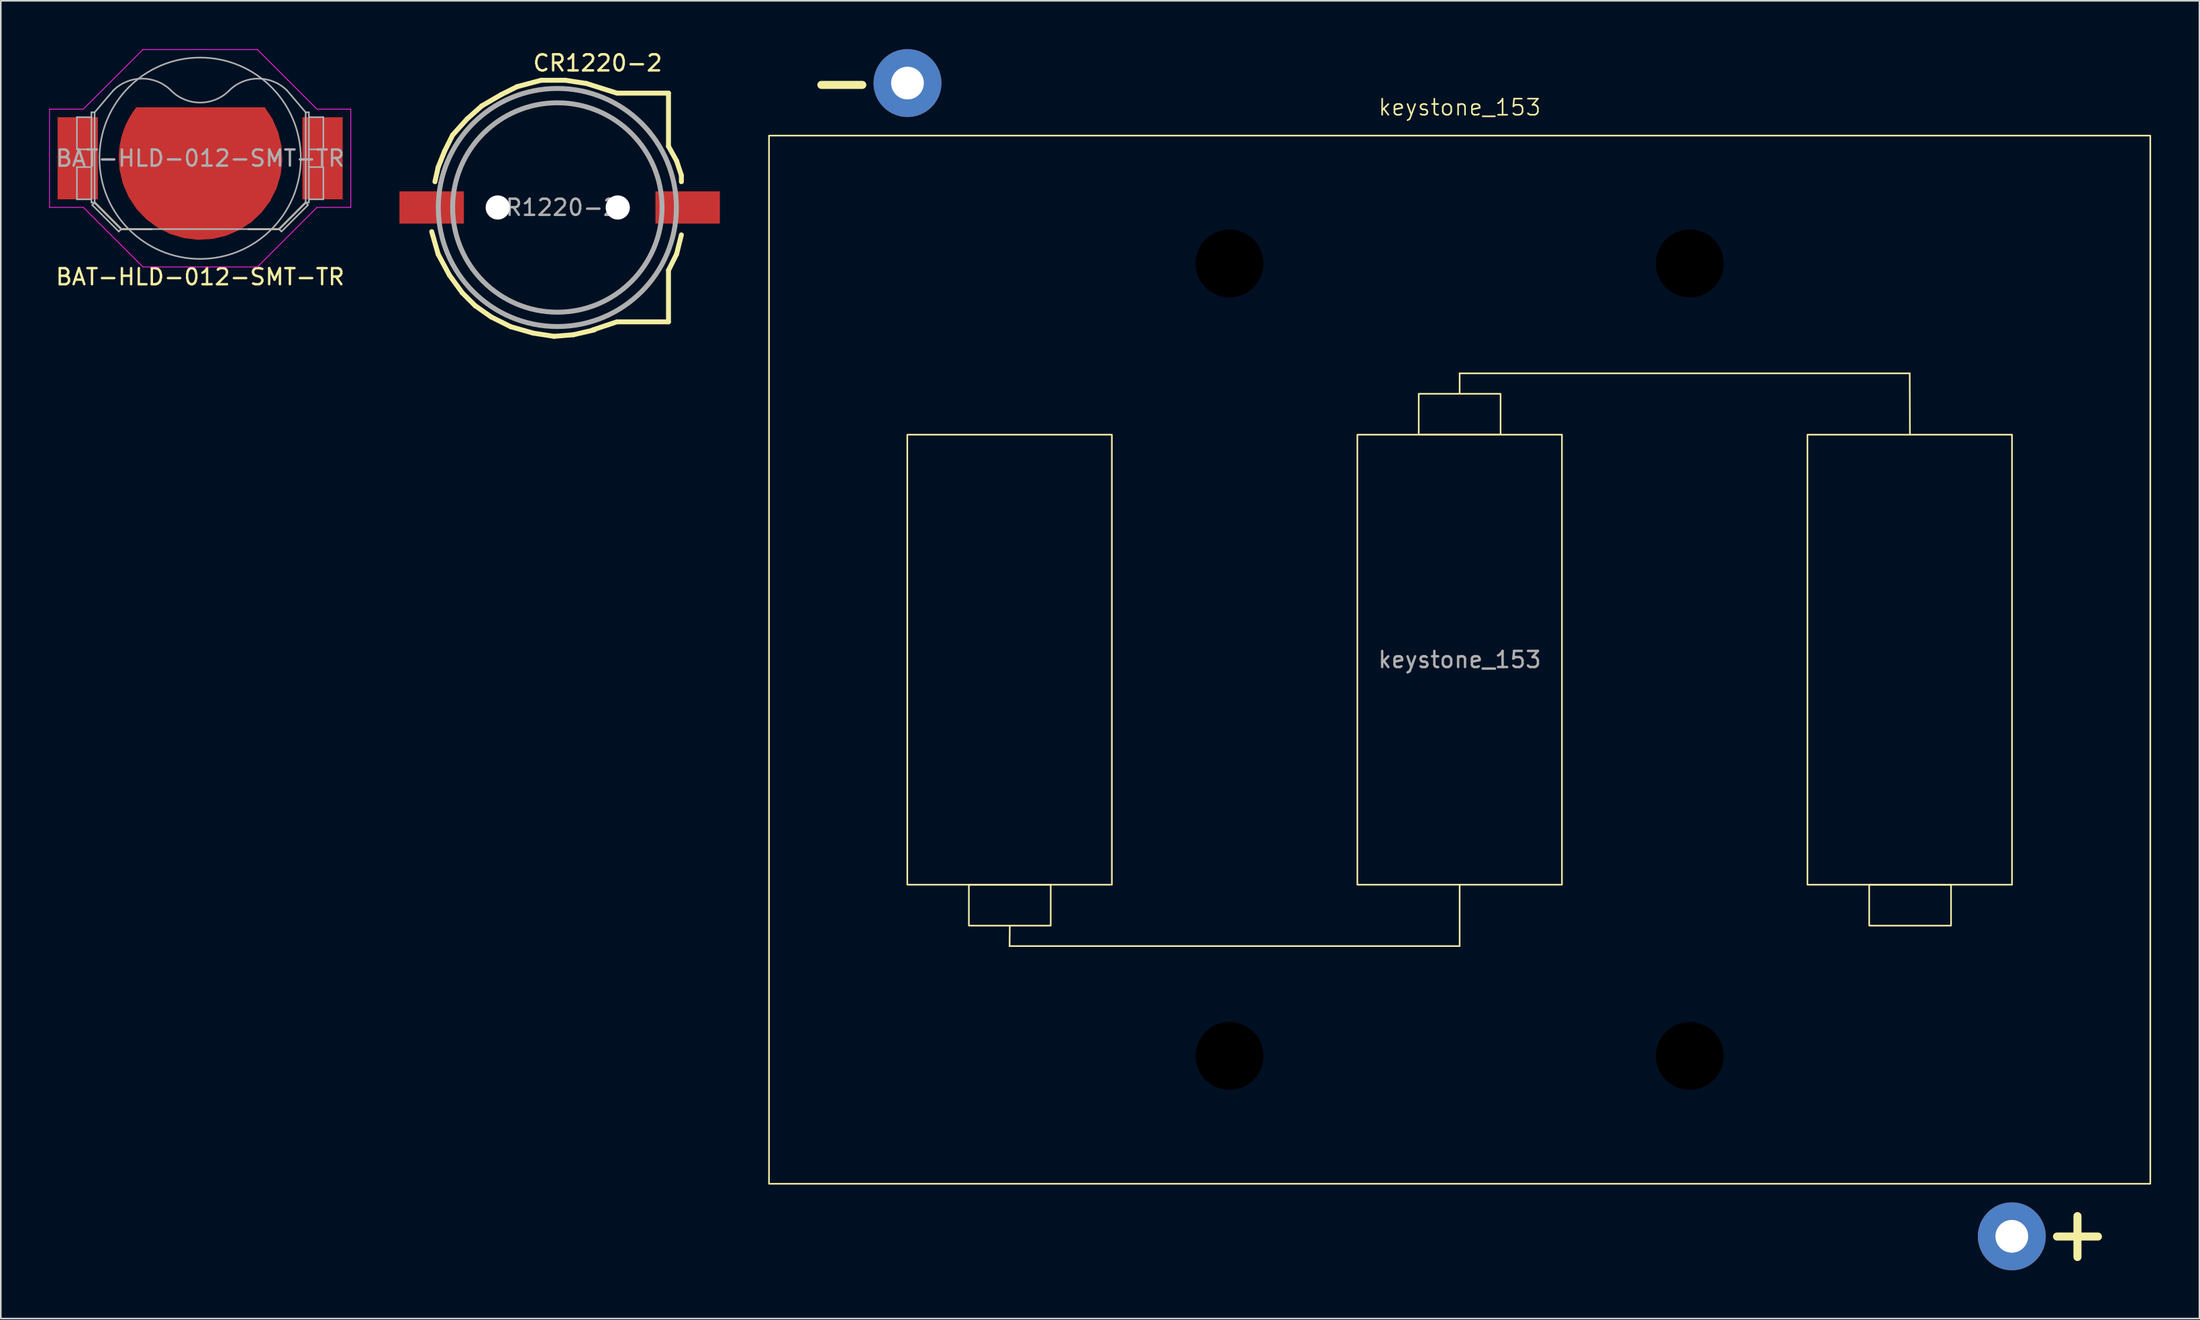
<source format=kicad_pcb>
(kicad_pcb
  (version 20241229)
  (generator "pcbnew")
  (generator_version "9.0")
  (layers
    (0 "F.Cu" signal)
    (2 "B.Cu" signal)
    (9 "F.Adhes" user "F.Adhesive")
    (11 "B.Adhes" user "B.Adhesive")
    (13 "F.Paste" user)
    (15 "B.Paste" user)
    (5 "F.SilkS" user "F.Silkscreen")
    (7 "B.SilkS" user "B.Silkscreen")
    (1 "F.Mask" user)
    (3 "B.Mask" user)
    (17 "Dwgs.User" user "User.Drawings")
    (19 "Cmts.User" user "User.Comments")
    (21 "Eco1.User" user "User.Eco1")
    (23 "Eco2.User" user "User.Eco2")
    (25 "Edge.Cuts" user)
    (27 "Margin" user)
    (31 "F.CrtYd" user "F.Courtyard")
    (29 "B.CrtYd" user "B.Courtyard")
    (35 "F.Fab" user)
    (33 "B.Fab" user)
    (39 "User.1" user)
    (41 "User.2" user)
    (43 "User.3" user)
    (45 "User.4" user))
  (footprint "BAT-HLD-012-SMT-TR"
    (layer "F.Cu")
    (at 9.375 6.775)
    (property "Reference" "BAT-HLD-012-SMT-TR" (at 0 7.366 180) (layer "F.SilkS") (effects (font (size 1 1) (thickness 0.15))))
    (attr smd)
    (fp_line (start -4.9 4.4) (end -6.55 2.75) (stroke (width 0.12) (type solid)) (layer "F.SilkS"))
    (fp_line (start -4.9 4.4) (end -3 4.4) (stroke (width 0.12) (type solid)) (layer "F.SilkS"))
    (fp_line (start 4.9 4.4) (end 3 4.4) (stroke (width 0.12) (type solid)) (layer "F.SilkS"))
    (fp_line (start 6.55 2.75) (end 4.9 4.4) (stroke (width 0.12) (type solid)) (layer "F.SilkS"))
    (fp_line (start -9.35 -3.05) (end -7.25 -3.05) (stroke (width 0.05) (type solid)) (layer "F.CrtYd"))
    (fp_line (start -9.35 3.05) (end -9.35 -3.05) (stroke (width 0.05) (type solid)) (layer "F.CrtYd"))
    (fp_line (start -7.25 3.05) (end -9.35 3.05) (stroke (width 0.05) (type solid)) (layer "F.CrtYd"))
    (fp_line (start -3.55 -6.75) (end -7.25 -3.05) (stroke (width 0.05) (type solid)) (layer "F.CrtYd"))
    (fp_line (start -3.55 6.75) (end -7.25 3.05) (stroke (width 0.05) (type solid)) (layer "F.CrtYd"))
    (fp_line (start 3.55 -6.75) (end -3.55 -6.75) (stroke (width 0.05) (type solid)) (layer "F.CrtYd"))
    (fp_line (start 3.55 -6.75) (end 7.25 -3.05) (stroke (width 0.05) (type solid)) (layer "F.CrtYd"))
    (fp_line (start 3.55 6.75) (end -3.55 6.75) (stroke (width 0.05) (type solid)) (layer "F.CrtYd"))
    (fp_line (start 7.25 3.05) (end 3.55 6.75) (stroke (width 0.05) (type solid)) (layer "F.CrtYd"))
    (fp_line (start 9.35 -3.05) (end 7.25 -3.05) (stroke (width 0.05) (type solid)) (layer "F.CrtYd"))
    (fp_line (start 9.35 -3.05) (end 9.35 3.05) (stroke (width 0.05) (type solid)) (layer "F.CrtYd"))
    (fp_line (start 9.35 3.05) (end 7.25 3.05) (stroke (width 0.05) (type solid)) (layer "F.CrtYd"))
    (fp_line (start -7.65 -2.55) (end -7.65 -0.55) (stroke (width 0.1) (type solid)) (layer "F.Fab"))
    (fp_line (start -7.65 -0.55) (end -6.75 -0.55) (stroke (width 0.1) (type solid)) (layer "F.Fab"))
    (fp_line (start -7.65 0.55) (end -7.65 2.55) (stroke (width 0.1) (type solid)) (layer "F.Fab"))
    (fp_line (start -7.65 2.55) (end -6.75 2.55) (stroke (width 0.1) (type solid)) (layer "F.Fab"))
    (fp_line (start -6.75 -2.85) (end -6.75 2.75) (stroke (width 0.1) (type solid)) (layer "F.Fab"))
    (fp_line (start -6.75 -2.85) (end -6.55 -2.85) (stroke (width 0.1) (type solid)) (layer "F.Fab"))
    (fp_line (start -6.75 -2.55) (end -7.65 -2.55) (stroke (width 0.1) (type solid)) (layer "F.Fab"))
    (fp_line (start -6.75 0.55) (end -7.65 0.55) (stroke (width 0.1) (type solid)) (layer "F.Fab"))
    (fp_line (start -6.7 2.9) (end -5.05 4.55) (stroke (width 0.1) (type solid)) (layer "F.Fab"))
    (fp_line (start -6.55 -2.85) (end -6.55 2.75) (stroke (width 0.1) (type solid)) (layer "F.Fab"))
    (fp_line (start -6.55 -2.85) (end -5.4 -4.2) (stroke (width 0.1) (type solid)) (layer "F.Fab"))
    (fp_line (start -6.55 2.75) (end -6.75 2.75) (stroke (width 0.1) (type solid)) (layer "F.Fab"))
    (fp_line (start -6.55 2.75) (end -6.7 2.9) (stroke (width 0.1) (type solid)) (layer "F.Fab"))
    (fp_line (start -6.55 2.75) (end -4.9 4.4) (stroke (width 0.1) (type solid)) (layer "F.Fab"))
    (fp_line (start -5.05 4.55) (end -4.9 4.4) (stroke (width 0.1) (type solid)) (layer "F.Fab"))
    (fp_line (start -4.9 4.4) (end 4.9 4.4) (stroke (width 0.1) (type solid)) (layer "F.Fab"))
    (fp_line (start 5.05 4.55) (end 4.9 4.4) (stroke (width 0.1) (type solid)) (layer "F.Fab"))
    (fp_line (start 6.55 -2.85) (end 5.4 -4.2) (stroke (width 0.1) (type solid)) (layer "F.Fab"))
    (fp_line (start 6.55 -2.85) (end 6.55 2.75) (stroke (width 0.1) (type solid)) (layer "F.Fab"))
    (fp_line (start 6.55 2.75) (end 4.9 4.4) (stroke (width 0.1) (type solid)) (layer "F.Fab"))
    (fp_line (start 6.55 2.75) (end 6.7 2.9) (stroke (width 0.1) (type solid)) (layer "F.Fab"))
    (fp_line (start 6.7 2.9) (end 5.05 4.55) (stroke (width 0.1) (type solid)) (layer "F.Fab"))
    (fp_line (start 6.75 -2.85) (end 6.55 -2.85) (stroke (width 0.1) (type solid)) (layer "F.Fab"))
    (fp_line (start 6.75 -2.85) (end 6.75 2.75) (stroke (width 0.1) (type solid)) (layer "F.Fab"))
    (fp_line (start 6.75 -0.55) (end 7.65 -0.55) (stroke (width 0.1) (type solid)) (layer "F.Fab"))
    (fp_line (start 6.75 2.75) (end 6.55 2.75) (stroke (width 0.1) (type solid)) (layer "F.Fab"))
    (fp_line (start 7.65 -2.55) (end 6.75 -2.55) (stroke (width 0.1) (type solid)) (layer "F.Fab"))
    (fp_line (start 7.65 -0.55) (end 7.65 -2.55) (stroke (width 0.1) (type solid)) (layer "F.Fab"))
    (fp_line (start 7.65 0.55) (end 6.75 0.55) (stroke (width 0.1) (type solid)) (layer "F.Fab"))
    (fp_line (start 7.65 2.55) (end 6.75 2.55) (stroke (width 0.1) (type solid)) (layer "F.Fab"))
    (fp_line (start 7.65 2.55) (end 7.65 0.55) (stroke (width 0.1) (type solid)) (layer "F.Fab"))
    (fp_arc (start -5.4 -4.2) (mid -3.6 -4.945584) (end -1.8 -4.2) (stroke (width 0.1) (type solid)) (layer "F.Fab"))
    (fp_arc (start 1.8 -4.2) (mid 0 -3.454416) (end -1.8 -4.2) (stroke (width 0.1) (type solid)) (layer "F.Fab"))
    (fp_arc (start 1.8 -4.2) (mid 3.6 -4.945584) (end 5.4 -4.2) (stroke (width 0.1) (type solid)) (layer "F.Fab"))
    (fp_circle (center 0 0) (end 6.25 0) (stroke (width 0.1) (type solid)) (fill no) (layer "F.Fab"))
    (fp_text user "${REFERENCE}" (at 0 0 180) (layer "F.Fab") (effects (font (size 1 1) (thickness 0.15))))
    (pad "1" smd rect (at -7.6 0 180) (size 2.5 5.1) (layers "F.Cu" "F.Mask" "F.Paste"))
    (pad "1" smd rect (at 7.6 0 180) (size 2.5 5.1) (layers "F.Cu" "F.Mask" "F.Paste"))
    (pad "2" smd custom (at 0 0 180) (size 6.2 6.2) (layers "F.Cu" "F.Mask") (options (anchor circle)) (primitives (gr_poly (pts (xy -0.759 -5.011) (xy -1.621 -4.807) (xy -2.434 -4.457) (xy -3.174 -3.971) (xy -3.819 -3.364) (xy -4.348 -2.654) (xy -4.746 -1.862) (xy -5 -1.014) (xy -5.104 -0.135) (xy -5.053 0.749) (xy -4.849 1.611) (xy -4.499 2.424) (xy -4.013 3.164) (xy 3.961 3.164) (xy 4.049 3.049) (xy 4.219 2.807) (xy 4.374 2.556) (xy 4.514 2.296) (xy 4.639 2.028) (xy 4.748 1.753) (xy 4.841 1.473) (xy 4.917 1.187) (xy 4.977 0.898) (xy 5.02 0.606) (xy 5.046 0.311) (xy 5.054 0.016) (xy 5.001 -0.718) (xy 4.797 -1.579) (xy 4.447 -2.393) (xy 3.961 -3.133) (xy 3.354 -3.777) (xy 2.644 -4.306) (xy 1.852 -4.704) (xy 1.004 -4.959) (xy 0.125 -5.062)) (width 0) (fill yes)))))
  (footprint "keystone_153"
    (layer "F.Cu")
    (at 87.565 37.908)
    (property "Reference" "keystone_153" (at 0 -34.29 0) (unlocked yes) (layer "F.SilkS") (effects (font (size 1 1) (thickness 0.1))))
    (attr through_hole)
    (fp_line (start -39.624 -35.687) (end -37.084 -35.687) (stroke (width 0.5) (type default)) (layer "F.SilkS"))
    (fp_line (start -27.94 17.78) (end 0 17.78) (stroke (width 0.1) (type default)) (layer "F.SilkS"))
    (fp_line (start -27.927 16.51) (end -27.94 17.78) (stroke (width 0.1) (type default)) (layer "F.SilkS"))
    (fp_line (start 0 -17.78) (end 27.94 -17.78) (stroke (width 0.1) (type default)) (layer "F.SilkS"))
    (fp_line (start 0 -16.51) (end 0 -17.78) (stroke (width 0.1) (type default)) (layer "F.SilkS"))
    (fp_line (start 0 17.78) (end 0 13.97) (stroke (width 0.1) (type default)) (layer "F.SilkS"))
    (fp_line (start 27.94 -17.78) (end 27.953 -13.97) (stroke (width 0.1) (type default)) (layer "F.SilkS"))
    (fp_line (start 37.084 35.814) (end 39.624 35.814) (stroke (width 0.5) (type default)) (layer "F.SilkS"))
    (fp_line (start 38.354 34.544) (end 38.354 37.084) (stroke (width 0.5) (type default)) (layer "F.SilkS"))
    (fp_rect (start -42.875 -32.538) (end 42.875 32.538) (stroke (width 0.1) (type default)) (fill no) (layer "F.SilkS"))
    (fp_rect (start -34.29 -13.97) (end -21.59 13.97) (stroke (width 0.1) (type default)) (fill no) (layer "F.SilkS"))
    (fp_rect (start -25.387 16.51) (end -30.467 13.97) (stroke (width 0.1) (type default)) (fill no) (layer "F.SilkS"))
    (fp_rect (start -6.35 -13.97) (end 6.35 13.97) (stroke (width 0.1) (type default)) (fill no) (layer "F.SilkS"))
    (fp_rect (start -2.54 -16.51) (end 2.54 -13.97) (stroke (width 0.1) (type default)) (fill no) (layer "F.SilkS"))
    (fp_rect (start 21.59 -13.97) (end 34.29 13.97) (stroke (width 0.1) (type default)) (fill no) (layer "F.SilkS"))
    (fp_rect (start 30.505 16.51) (end 25.425 13.97) (stroke (width 0.1) (type default)) (fill no) (layer "F.SilkS"))
    (fp_text user "${REFERENCE}" (at 0 0 0) (unlocked yes) (layer "F.Fab") (effects (font (size 1 1) (thickness 0.15))))
    (pad "" np_thru_hole circle (at -14.287 -24.6) (size 4.216 4.216) (drill 4.216) (layers "*.Mask"))
    (pad "" np_thru_hole circle (at -14.287 24.6) (size 4.216 4.216) (drill 4.216) (layers "*.Mask"))
    (pad "" np_thru_hole circle (at 14.287 -24.6) (size 4.216 4.216) (drill 4.216) (layers "*.Mask"))
    (pad "" np_thru_hole circle (at 14.287 24.6) (size 4.216 4.216) (drill 4.216) (layers "*.Mask"))
    (pad "N" thru_hole circle (at -34.278 -35.8) (size 4.216 4.216) (drill 2.032) (layers "*.Cu" "*.Mask"))
    (pad "P" thru_hole circle (at 34.278 35.8) (size 4.216 4.216) (drill 2.032) (layers "*.Cu" "*.Mask")))
  (footprint "CR1220-2"
    (layer "F.Cu")
    (at 31.35 9.832)
    (property "Reference" "CR1220-2" (at -1.397 -8.382 0) (layer "F.SilkS") (effects (font (size 1 1) (thickness 0.15)) (justify left bottom)))
    (fp_line (start -7.6 1.5) (end -7.2 2.9) (stroke (width 0.305) (type solid)) (layer "F.SilkS"))
    (fp_line (start -7.4 -1.6) (end -7.2 -2.5) (stroke (width 0.305) (type solid)) (layer "F.SilkS"))
    (fp_line (start -7.2 -2.5) (end -6.8 -3.5) (stroke (width 0.305) (type solid)) (layer "F.SilkS"))
    (fp_line (start -7.2 2.9) (end -6.5 4.2) (stroke (width 0.305) (type solid)) (layer "F.SilkS"))
    (fp_line (start -6.8 -3.5) (end -6.3 -4.5) (stroke (width 0.305) (type solid)) (layer "F.SilkS"))
    (fp_line (start -6.5 4.2) (end -5.7 5.3) (stroke (width 0.305) (type solid)) (layer "F.SilkS"))
    (fp_line (start -6.3 -4.5) (end -5.4 -5.5) (stroke (width 0.305) (type solid)) (layer "F.SilkS"))
    (fp_line (start -5.7 5.3) (end -4.9 6.1) (stroke (width 0.305) (type solid)) (layer "F.SilkS"))
    (fp_line (start -5.4 -5.5) (end -4.5 -6.3) (stroke (width 0.305) (type solid)) (layer "F.SilkS"))
    (fp_line (start -4.9 6.1) (end -3.9 6.8) (stroke (width 0.305) (type solid)) (layer "F.SilkS"))
    (fp_line (start -4.5 -6.3) (end -3.3 -7) (stroke (width 0.305) (type solid)) (layer "F.SilkS"))
    (fp_line (start -3.9 6.8) (end -2.7 7.4) (stroke (width 0.305) (type solid)) (layer "F.SilkS"))
    (fp_line (start -3.3 -7) (end -2.3 -7.5) (stroke (width 0.305) (type solid)) (layer "F.SilkS"))
    (fp_line (start -2.7 7.4) (end -1.3 7.8) (stroke (width 0.305) (type solid)) (layer "F.SilkS"))
    (fp_line (start -2.3 -7.5) (end -0.8 -7.9) (stroke (width 0.305) (type solid)) (layer "F.SilkS"))
    (fp_line (start -1.3 7.8) (end 0 8) (stroke (width 0.305) (type solid)) (layer "F.SilkS"))
    (fp_line (start -0.8 -7.9) (end 0.7 -7.9) (stroke (width 0.305) (type solid)) (layer "F.SilkS"))
    (fp_line (start 0 8) (end 1.2 7.9) (stroke (width 0.305) (type solid)) (layer "F.SilkS"))
    (fp_line (start 0.7 -7.9) (end 2 -7.7) (stroke (width 0.305) (type solid)) (layer "F.SilkS"))
    (fp_line (start 1.2 7.9) (end 2.5 7.6) (stroke (width 0.305) (type solid)) (layer "F.SilkS"))
    (fp_line (start 2 -7.7) (end 3.9 -7.1) (stroke (width 0.305) (type solid)) (layer "F.SilkS"))
    (fp_line (start 2.4 7.6) (end 3.9 7.1) (stroke (width 0.305) (type solid)) (layer "F.SilkS"))
    (fp_line (start 3.95 -7.1) (end 7.1 -7.1) (stroke (width 0.305) (type solid)) (layer "F.SilkS"))
    (fp_line (start 3.95 7.1) (end 7.1 7.1) (stroke (width 0.305) (type solid)) (layer "F.SilkS"))
    (fp_line (start 7.1 -7.1) (end 7.1 -3.8) (stroke (width 0.305) (type solid)) (layer "F.SilkS"))
    (fp_line (start 7.1 -3.8) (end 7.6 -2.9) (stroke (width 0.305) (type solid)) (layer "F.SilkS"))
    (fp_line (start 7.1 3.9) (end 7.6 2.9) (stroke (width 0.305) (type solid)) (layer "F.SilkS"))
    (fp_line (start 7.1 7.1) (end 7.1 3.9) (stroke (width 0.305) (type solid)) (layer "F.SilkS"))
    (fp_line (start 7.6 -2.9) (end 7.9 -2) (stroke (width 0.305) (type solid)) (layer "F.SilkS"))
    (fp_line (start 7.6 2.9) (end 7.9 1.7) (stroke (width 0.305) (type solid)) (layer "F.SilkS"))
    (fp_line (start 7.9 -2) (end 7.9 -1.6) (stroke (width 0.305) (type solid)) (layer "F.SilkS"))
    (fp_circle (center 0.2 0) (end 6.7 0) (stroke (width 0.305) (type solid)) (fill no) (layer "F.Fab"))
    (fp_circle (center 0.2 0) (end 7.59 0) (stroke (width 0.305) (type solid)) (fill no) (layer "F.Fab"))
    (fp_text user "${REFERENCE}" (at 0 0 0) (layer "F.Fab") (effects (font (size 1 1) (thickness 0.15))))
    (pad "" np_thru_hole circle (at -3.5 0) (size 1.5 1.5) (drill 1.5) (layers "*.Cu" "*.Mask"))
    (pad "" np_thru_hole circle (at 3.95 0) (size 1.5 1.5) (drill 1.5) (layers "*.Cu" "*.Mask"))
    (pad "+" smd rect (at 8.29 0) (size 4 2) (layers "F.Cu" "F.Mask" "F.Paste"))
    (pad "-" smd rect (at -7.6 0) (size 4 2) (layers "F.Cu" "F.Mask" "F.Paste")))
  (gr_rect
    (start -3 -3)
    (end 133.49 78.816)
    (stroke (width 0.1) (type default))
    (fill no)
    (layer "Edge.Cuts")))
</source>
